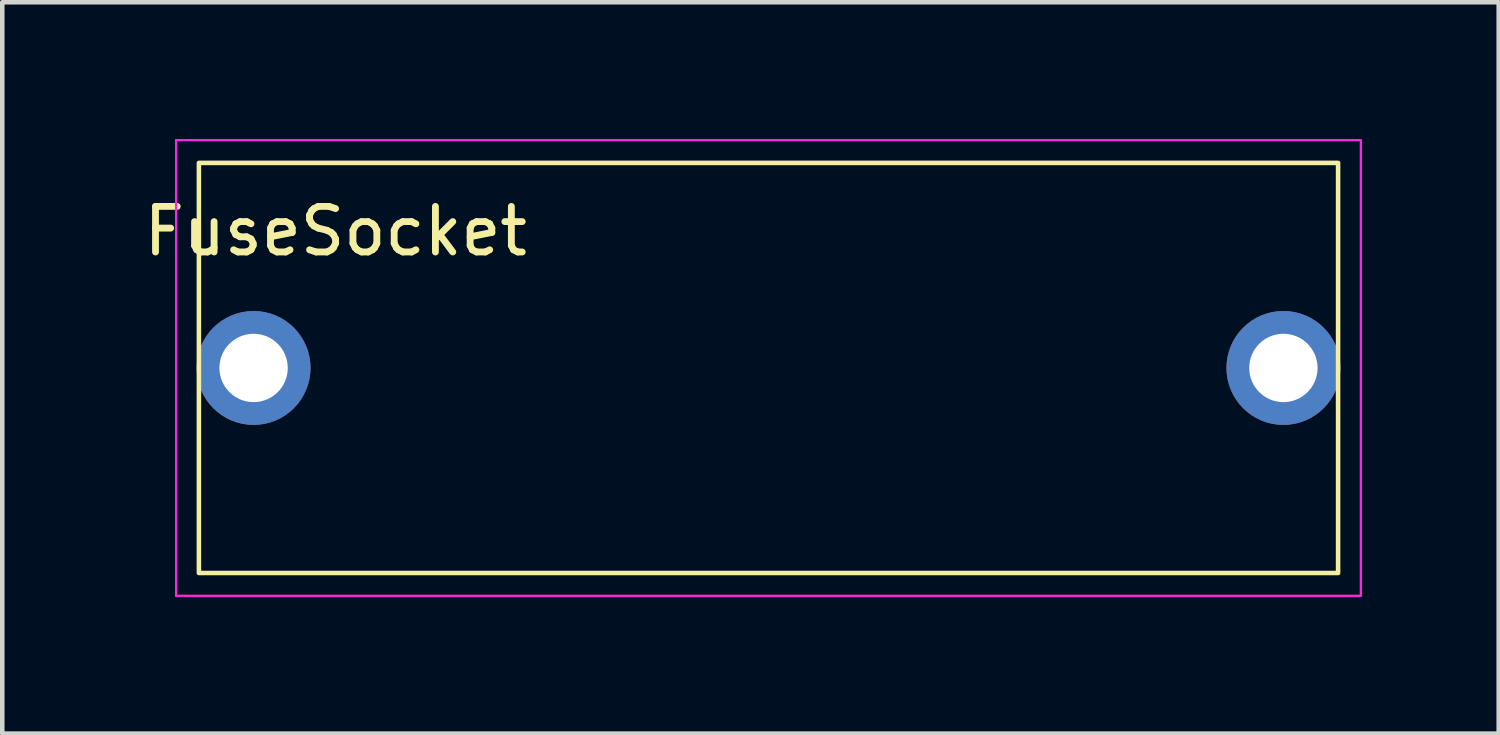
<source format=kicad_pcb>
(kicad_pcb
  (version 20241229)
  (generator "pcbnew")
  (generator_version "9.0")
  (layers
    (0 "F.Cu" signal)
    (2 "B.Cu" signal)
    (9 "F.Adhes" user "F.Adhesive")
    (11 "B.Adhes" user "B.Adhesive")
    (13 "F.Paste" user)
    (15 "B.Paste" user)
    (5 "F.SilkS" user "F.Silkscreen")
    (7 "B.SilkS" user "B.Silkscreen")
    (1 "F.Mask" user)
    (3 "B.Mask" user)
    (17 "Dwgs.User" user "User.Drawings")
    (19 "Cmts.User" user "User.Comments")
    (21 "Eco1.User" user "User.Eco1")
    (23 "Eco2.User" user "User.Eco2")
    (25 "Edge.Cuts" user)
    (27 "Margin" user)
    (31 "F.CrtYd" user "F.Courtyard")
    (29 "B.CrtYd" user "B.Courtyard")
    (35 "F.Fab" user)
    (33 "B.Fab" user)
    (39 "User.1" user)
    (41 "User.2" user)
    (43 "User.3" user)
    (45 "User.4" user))
  (footprint "FuseSocket"
    (layer "F.Cu")
    (at 13.815 5.025)
    (property "Reference" "FuseSocket" (at -9.5 -3 180) (layer "F.SilkS") (effects (font (size 1 1) (thickness 0.15))))
    (attr through_hole)
    (fp_rect (start -12.5 -4.5) (end 12.5 4.5) (stroke (width 0.1) (type default)) (fill no) (layer "F.SilkS"))
    (fp_line (start -13 -5) (end -13 5) (stroke (width 0.05) (type solid)) (layer "F.CrtYd"))
    (fp_line (start -13 5) (end 13 5) (stroke (width 0.05) (type solid)) (layer "F.CrtYd"))
    (fp_line (start 13 -5) (end -13 -5) (stroke (width 0.05) (type solid)) (layer "F.CrtYd"))
    (fp_line (start 13 5) (end 13 -5) (stroke (width 0.05) (type solid)) (layer "F.CrtYd"))
    (pad "1" thru_hole circle (at -11.3 0 180) (size 2.5 2.5) (drill 1.5) (layers "*.Cu" "*.Mask"))
    (pad "2" thru_hole circle (at 11.3 0 90) (size 2.5 2.5) (drill 1.5) (layers "*.Cu" "*.Mask")))
  (gr_rect
    (start -3 -3)
    (end 29.84 13.05)
    (stroke (width 0.1) (type default))
    (fill no)
    (layer "Edge.Cuts")))
</source>
